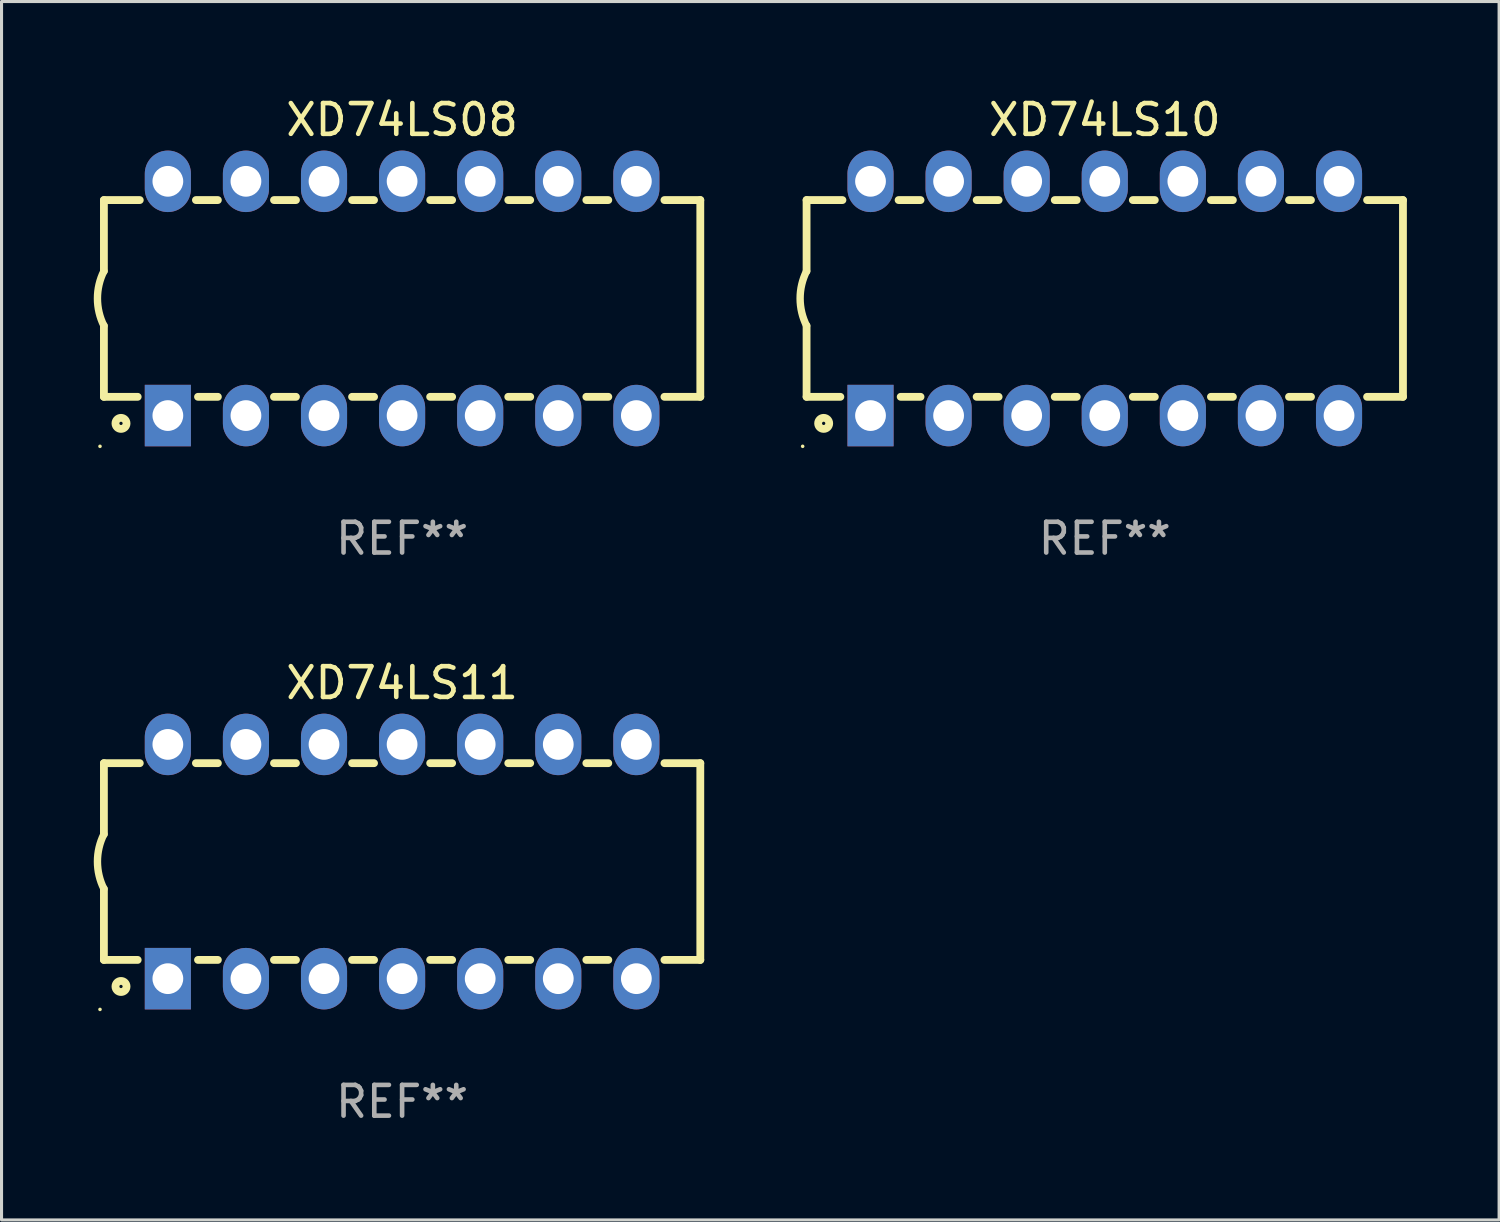
<source format=kicad_pcb>
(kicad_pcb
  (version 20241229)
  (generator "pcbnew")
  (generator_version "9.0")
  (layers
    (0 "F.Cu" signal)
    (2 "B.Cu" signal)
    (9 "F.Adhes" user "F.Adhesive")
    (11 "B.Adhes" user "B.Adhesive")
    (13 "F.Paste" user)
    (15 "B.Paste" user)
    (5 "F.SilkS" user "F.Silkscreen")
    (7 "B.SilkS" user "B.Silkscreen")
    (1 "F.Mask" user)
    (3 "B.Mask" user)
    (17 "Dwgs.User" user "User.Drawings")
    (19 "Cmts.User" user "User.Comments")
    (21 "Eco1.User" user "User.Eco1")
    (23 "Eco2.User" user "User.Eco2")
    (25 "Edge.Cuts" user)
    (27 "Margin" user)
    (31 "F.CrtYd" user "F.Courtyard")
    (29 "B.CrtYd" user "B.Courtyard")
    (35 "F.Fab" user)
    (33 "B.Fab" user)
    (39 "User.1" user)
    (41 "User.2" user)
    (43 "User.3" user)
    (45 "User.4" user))
  (footprint "XD74LS11"
    (layer "F.Cu")
    (at 10.03 24.975)
    (property "Reference" "XD74LS11" (at 0 -5.81 0) (layer "F.SilkS") (effects (font (size 1 1) (thickness 0.15))))
    (attr through_hole)
    (fp_line (start -9.7 -3.2) (end -9.7 -0.889) (stroke (width 0.254) (type solid)) (layer "F.SilkS"))
    (fp_line (start -9.7 -3.2) (end -8.533 -3.2) (stroke (width 0.254) (type solid)) (layer "F.SilkS"))
    (fp_line (start -9.7 3.2) (end -9.7 0.889) (stroke (width 0.254) (type solid)) (layer "F.SilkS"))
    (fp_line (start -9.7 3.2) (end -8.601 3.2) (stroke (width 0.254) (type solid)) (layer "F.SilkS"))
    (fp_line (start -6.707 -3.2) (end -5.993 -3.2) (stroke (width 0.254) (type solid)) (layer "F.SilkS"))
    (fp_line (start -6.639 3.2) (end -5.993 3.2) (stroke (width 0.254) (type solid)) (layer "F.SilkS"))
    (fp_line (start -4.168 3.2) (end -3.453 3.2) (stroke (width 0.254) (type solid)) (layer "F.SilkS"))
    (fp_line (start -4.167 -3.2) (end -3.453 -3.2) (stroke (width 0.254) (type solid)) (layer "F.SilkS"))
    (fp_line (start -1.628 3.2) (end -0.912 3.2) (stroke (width 0.254) (type solid)) (layer "F.SilkS"))
    (fp_line (start -1.627 -3.2) (end -0.913 -3.2) (stroke (width 0.254) (type solid)) (layer "F.SilkS"))
    (fp_line (start 0.912 3.2) (end 1.628 3.2) (stroke (width 0.254) (type solid)) (layer "F.SilkS"))
    (fp_line (start 0.913 -3.2) (end 1.627 -3.2) (stroke (width 0.254) (type solid)) (layer "F.SilkS"))
    (fp_line (start 3.453 3.2) (end 4.168 3.2) (stroke (width 0.254) (type solid)) (layer "F.SilkS"))
    (fp_line (start 3.453 -3.2) (end 4.167 -3.2) (stroke (width 0.254) (type solid)) (layer "F.SilkS"))
    (fp_line (start 5.993 3.2) (end 6.708 3.2) (stroke (width 0.254) (type solid)) (layer "F.SilkS"))
    (fp_line (start 5.993 -3.2) (end 6.707 -3.2) (stroke (width 0.254) (type solid)) (layer "F.SilkS"))
    (fp_line (start 8.533 3.2) (end 9.7 3.2) (stroke (width 0.254) (type solid)) (layer "F.SilkS"))
    (fp_line (start 8.533 -3.2) (end 9.7 -3.2) (stroke (width 0.254) (type solid)) (layer "F.SilkS"))
    (fp_line (start 9.7 3.2) (end 9.7 -3.2) (stroke (width 0.254) (type solid)) (layer "F.SilkS"))
    (fp_arc (start -9.699822 0.889002) (mid -9.909826 0.000048) (end -9.700229 -0.889002) (stroke (width 0.240005) (type solid)) (layer "F.SilkS"))
    (fp_circle (center -9.827 4.81) (end -9.797 4.81) (stroke (width 0.06) (type solid)) (fill no) (layer "F.SilkS"))
    (fp_circle (center -9.144 4.064) (end -8.964 4.064) (stroke (width 0.254) (type solid)) (fill no) (layer "F.SilkS"))
    (fp_text user "REF**" (at 0 7.81 0) (layer "F.Fab") (effects (font (size 1 1) (thickness 0.15))))
    (pad "1" thru_hole rect (at -7.62 3.81 90) (size 2 1.5) (drill 1) (layers "*.Cu" "*.Mask"))
    (pad "2" thru_hole oval (at -5.08 3.81 90) (size 2 1.5) (drill 1) (layers "*.Cu" "*.Mask"))
    (pad "3" thru_hole oval (at -2.54 3.81 90) (size 2 1.5) (drill 1) (layers "*.Cu" "*.Mask"))
    (pad "4" thru_hole oval (at 0 3.81 90) (size 2 1.5) (drill 1) (layers "*.Cu" "*.Mask"))
    (pad "5" thru_hole oval (at 2.54 3.81 90) (size 2 1.5) (drill 1) (layers "*.Cu" "*.Mask"))
    (pad "6" thru_hole oval (at 5.08 3.81 90) (size 2 1.5) (drill 1) (layers "*.Cu" "*.Mask"))
    (pad "7" thru_hole oval (at 7.62 3.81 90) (size 2 1.5) (drill 1) (layers "*.Cu" "*.Mask"))
    (pad "8" thru_hole oval (at 7.62 -3.81 90) (size 2 1.5) (drill 1) (layers "*.Cu" "*.Mask"))
    (pad "9" thru_hole oval (at 5.08 -3.81 90) (size 2 1.5) (drill 1) (layers "*.Cu" "*.Mask"))
    (pad "10" thru_hole oval (at 2.54 -3.81 90) (size 2 1.5) (drill 1) (layers "*.Cu" "*.Mask"))
    (pad "11" thru_hole oval (at 0 -3.81 90) (size 2 1.5) (drill 1) (layers "*.Cu" "*.Mask"))
    (pad "12" thru_hole oval (at -2.54 -3.81 90) (size 2 1.5) (drill 1) (layers "*.Cu" "*.Mask"))
    (pad "13" thru_hole oval (at -5.08 -3.81 90) (size 2 1.5) (drill 1) (layers "*.Cu" "*.Mask"))
    (pad "14" thru_hole oval (at -7.62 -3.81 90) (size 2 1.5) (drill 1) (layers "*.Cu" "*.Mask")))
  (footprint "XD74LS10"
    (layer "F.Cu")
    (at 32.887 6.658)
    (property "Reference" "XD74LS10" (at 0 -5.81 0) (layer "F.SilkS") (effects (font (size 1 1) (thickness 0.15))))
    (attr through_hole)
    (fp_line (start -9.7 -3.2) (end -9.7 -0.889) (stroke (width 0.254) (type solid)) (layer "F.SilkS"))
    (fp_line (start -9.7 -3.2) (end -8.533 -3.2) (stroke (width 0.254) (type solid)) (layer "F.SilkS"))
    (fp_line (start -9.7 3.2) (end -9.7 0.889) (stroke (width 0.254) (type solid)) (layer "F.SilkS"))
    (fp_line (start -9.7 3.2) (end -8.601 3.2) (stroke (width 0.254) (type solid)) (layer "F.SilkS"))
    (fp_line (start -6.707 -3.2) (end -5.993 -3.2) (stroke (width 0.254) (type solid)) (layer "F.SilkS"))
    (fp_line (start -6.639 3.2) (end -5.993 3.2) (stroke (width 0.254) (type solid)) (layer "F.SilkS"))
    (fp_line (start -4.168 3.2) (end -3.453 3.2) (stroke (width 0.254) (type solid)) (layer "F.SilkS"))
    (fp_line (start -4.167 -3.2) (end -3.453 -3.2) (stroke (width 0.254) (type solid)) (layer "F.SilkS"))
    (fp_line (start -1.628 3.2) (end -0.912 3.2) (stroke (width 0.254) (type solid)) (layer "F.SilkS"))
    (fp_line (start -1.627 -3.2) (end -0.913 -3.2) (stroke (width 0.254) (type solid)) (layer "F.SilkS"))
    (fp_line (start 0.912 3.2) (end 1.628 3.2) (stroke (width 0.254) (type solid)) (layer "F.SilkS"))
    (fp_line (start 0.913 -3.2) (end 1.627 -3.2) (stroke (width 0.254) (type solid)) (layer "F.SilkS"))
    (fp_line (start 3.453 3.2) (end 4.168 3.2) (stroke (width 0.254) (type solid)) (layer "F.SilkS"))
    (fp_line (start 3.453 -3.2) (end 4.167 -3.2) (stroke (width 0.254) (type solid)) (layer "F.SilkS"))
    (fp_line (start 5.993 3.2) (end 6.708 3.2) (stroke (width 0.254) (type solid)) (layer "F.SilkS"))
    (fp_line (start 5.993 -3.2) (end 6.707 -3.2) (stroke (width 0.254) (type solid)) (layer "F.SilkS"))
    (fp_line (start 8.533 3.2) (end 9.7 3.2) (stroke (width 0.254) (type solid)) (layer "F.SilkS"))
    (fp_line (start 8.533 -3.2) (end 9.7 -3.2) (stroke (width 0.254) (type solid)) (layer "F.SilkS"))
    (fp_line (start 9.7 3.2) (end 9.7 -3.2) (stroke (width 0.254) (type solid)) (layer "F.SilkS"))
    (fp_arc (start -9.699822 0.889002) (mid -9.909826 0.000048) (end -9.700229 -0.889002) (stroke (width 0.240005) (type solid)) (layer "F.SilkS"))
    (fp_circle (center -9.827 4.81) (end -9.797 4.81) (stroke (width 0.06) (type solid)) (fill no) (layer "F.SilkS"))
    (fp_circle (center -9.144 4.064) (end -8.964 4.064) (stroke (width 0.254) (type solid)) (fill no) (layer "F.SilkS"))
    (fp_text user "REF**" (at 0 7.81 0) (layer "F.Fab") (effects (font (size 1 1) (thickness 0.15))))
    (pad "1" thru_hole rect (at -7.62 3.81 90) (size 2 1.5) (drill 1) (layers "*.Cu" "*.Mask"))
    (pad "2" thru_hole oval (at -5.08 3.81 90) (size 2 1.5) (drill 1) (layers "*.Cu" "*.Mask"))
    (pad "3" thru_hole oval (at -2.54 3.81 90) (size 2 1.5) (drill 1) (layers "*.Cu" "*.Mask"))
    (pad "4" thru_hole oval (at 0 3.81 90) (size 2 1.5) (drill 1) (layers "*.Cu" "*.Mask"))
    (pad "5" thru_hole oval (at 2.54 3.81 90) (size 2 1.5) (drill 1) (layers "*.Cu" "*.Mask"))
    (pad "6" thru_hole oval (at 5.08 3.81 90) (size 2 1.5) (drill 1) (layers "*.Cu" "*.Mask"))
    (pad "7" thru_hole oval (at 7.62 3.81 90) (size 2 1.5) (drill 1) (layers "*.Cu" "*.Mask"))
    (pad "8" thru_hole oval (at 7.62 -3.81 90) (size 2 1.5) (drill 1) (layers "*.Cu" "*.Mask"))
    (pad "9" thru_hole oval (at 5.08 -3.81 90) (size 2 1.5) (drill 1) (layers "*.Cu" "*.Mask"))
    (pad "10" thru_hole oval (at 2.54 -3.81 90) (size 2 1.5) (drill 1) (layers "*.Cu" "*.Mask"))
    (pad "11" thru_hole oval (at 0 -3.81 90) (size 2 1.5) (drill 1) (layers "*.Cu" "*.Mask"))
    (pad "12" thru_hole oval (at -2.54 -3.81 90) (size 2 1.5) (drill 1) (layers "*.Cu" "*.Mask"))
    (pad "13" thru_hole oval (at -5.08 -3.81 90) (size 2 1.5) (drill 1) (layers "*.Cu" "*.Mask"))
    (pad "14" thru_hole oval (at -7.62 -3.81 90) (size 2 1.5) (drill 1) (layers "*.Cu" "*.Mask")))
  (footprint "XD74LS08"
    (layer "F.Cu")
    (at 10.03 6.658)
    (property "Reference" "XD74LS08" (at 0 -5.81 0) (layer "F.SilkS") (effects (font (size 1 1) (thickness 0.15))))
    (attr through_hole)
    (fp_line (start -9.7 -3.2) (end -9.7 -0.889) (stroke (width 0.254) (type solid)) (layer "F.SilkS"))
    (fp_line (start -9.7 -3.2) (end -8.533 -3.2) (stroke (width 0.254) (type solid)) (layer "F.SilkS"))
    (fp_line (start -9.7 3.2) (end -9.7 0.889) (stroke (width 0.254) (type solid)) (layer "F.SilkS"))
    (fp_line (start -9.7 3.2) (end -8.601 3.2) (stroke (width 0.254) (type solid)) (layer "F.SilkS"))
    (fp_line (start -6.707 -3.2) (end -5.993 -3.2) (stroke (width 0.254) (type solid)) (layer "F.SilkS"))
    (fp_line (start -6.639 3.2) (end -5.993 3.2) (stroke (width 0.254) (type solid)) (layer "F.SilkS"))
    (fp_line (start -4.168 3.2) (end -3.453 3.2) (stroke (width 0.254) (type solid)) (layer "F.SilkS"))
    (fp_line (start -4.167 -3.2) (end -3.453 -3.2) (stroke (width 0.254) (type solid)) (layer "F.SilkS"))
    (fp_line (start -1.628 3.2) (end -0.912 3.2) (stroke (width 0.254) (type solid)) (layer "F.SilkS"))
    (fp_line (start -1.627 -3.2) (end -0.913 -3.2) (stroke (width 0.254) (type solid)) (layer "F.SilkS"))
    (fp_line (start 0.912 3.2) (end 1.628 3.2) (stroke (width 0.254) (type solid)) (layer "F.SilkS"))
    (fp_line (start 0.913 -3.2) (end 1.627 -3.2) (stroke (width 0.254) (type solid)) (layer "F.SilkS"))
    (fp_line (start 3.453 3.2) (end 4.168 3.2) (stroke (width 0.254) (type solid)) (layer "F.SilkS"))
    (fp_line (start 3.453 -3.2) (end 4.167 -3.2) (stroke (width 0.254) (type solid)) (layer "F.SilkS"))
    (fp_line (start 5.993 3.2) (end 6.708 3.2) (stroke (width 0.254) (type solid)) (layer "F.SilkS"))
    (fp_line (start 5.993 -3.2) (end 6.707 -3.2) (stroke (width 0.254) (type solid)) (layer "F.SilkS"))
    (fp_line (start 8.533 3.2) (end 9.7 3.2) (stroke (width 0.254) (type solid)) (layer "F.SilkS"))
    (fp_line (start 8.533 -3.2) (end 9.7 -3.2) (stroke (width 0.254) (type solid)) (layer "F.SilkS"))
    (fp_line (start 9.7 3.2) (end 9.7 -3.2) (stroke (width 0.254) (type solid)) (layer "F.SilkS"))
    (fp_arc (start -9.699822 0.889002) (mid -9.909826 0.000048) (end -9.700229 -0.889002) (stroke (width 0.240005) (type solid)) (layer "F.SilkS"))
    (fp_circle (center -9.827 4.81) (end -9.797 4.81) (stroke (width 0.06) (type solid)) (fill no) (layer "F.SilkS"))
    (fp_circle (center -9.144 4.064) (end -8.964 4.064) (stroke (width 0.254) (type solid)) (fill no) (layer "F.SilkS"))
    (fp_text user "REF**" (at 0 7.81 0) (layer "F.Fab") (effects (font (size 1 1) (thickness 0.15))))
    (pad "1" thru_hole rect (at -7.62 3.81 90) (size 2 1.5) (drill 1) (layers "*.Cu" "*.Mask"))
    (pad "2" thru_hole oval (at -5.08 3.81 90) (size 2 1.5) (drill 1) (layers "*.Cu" "*.Mask"))
    (pad "3" thru_hole oval (at -2.54 3.81 90) (size 2 1.5) (drill 1) (layers "*.Cu" "*.Mask"))
    (pad "4" thru_hole oval (at 0 3.81 90) (size 2 1.5) (drill 1) (layers "*.Cu" "*.Mask"))
    (pad "5" thru_hole oval (at 2.54 3.81 90) (size 2 1.5) (drill 1) (layers "*.Cu" "*.Mask"))
    (pad "6" thru_hole oval (at 5.08 3.81 90) (size 2 1.5) (drill 1) (layers "*.Cu" "*.Mask"))
    (pad "7" thru_hole oval (at 7.62 3.81 90) (size 2 1.5) (drill 1) (layers "*.Cu" "*.Mask"))
    (pad "8" thru_hole oval (at 7.62 -3.81 90) (size 2 1.5) (drill 1) (layers "*.Cu" "*.Mask"))
    (pad "9" thru_hole oval (at 5.08 -3.81 90) (size 2 1.5) (drill 1) (layers "*.Cu" "*.Mask"))
    (pad "10" thru_hole oval (at 2.54 -3.81 90) (size 2 1.5) (drill 1) (layers "*.Cu" "*.Mask"))
    (pad "11" thru_hole oval (at 0 -3.81 90) (size 2 1.5) (drill 1) (layers "*.Cu" "*.Mask"))
    (pad "12" thru_hole oval (at -2.54 -3.81 90) (size 2 1.5) (drill 1) (layers "*.Cu" "*.Mask"))
    (pad "13" thru_hole oval (at -5.08 -3.81 90) (size 2 1.5) (drill 1) (layers "*.Cu" "*.Mask"))
    (pad "14" thru_hole oval (at -7.62 -3.81 90) (size 2 1.5) (drill 1) (layers "*.Cu" "*.Mask")))
  (gr_rect
    (start -3 -3)
    (end 45.714 36.633)
    (stroke (width 0.1) (type default))
    (fill no)
    (layer "Edge.Cuts")))
</source>
